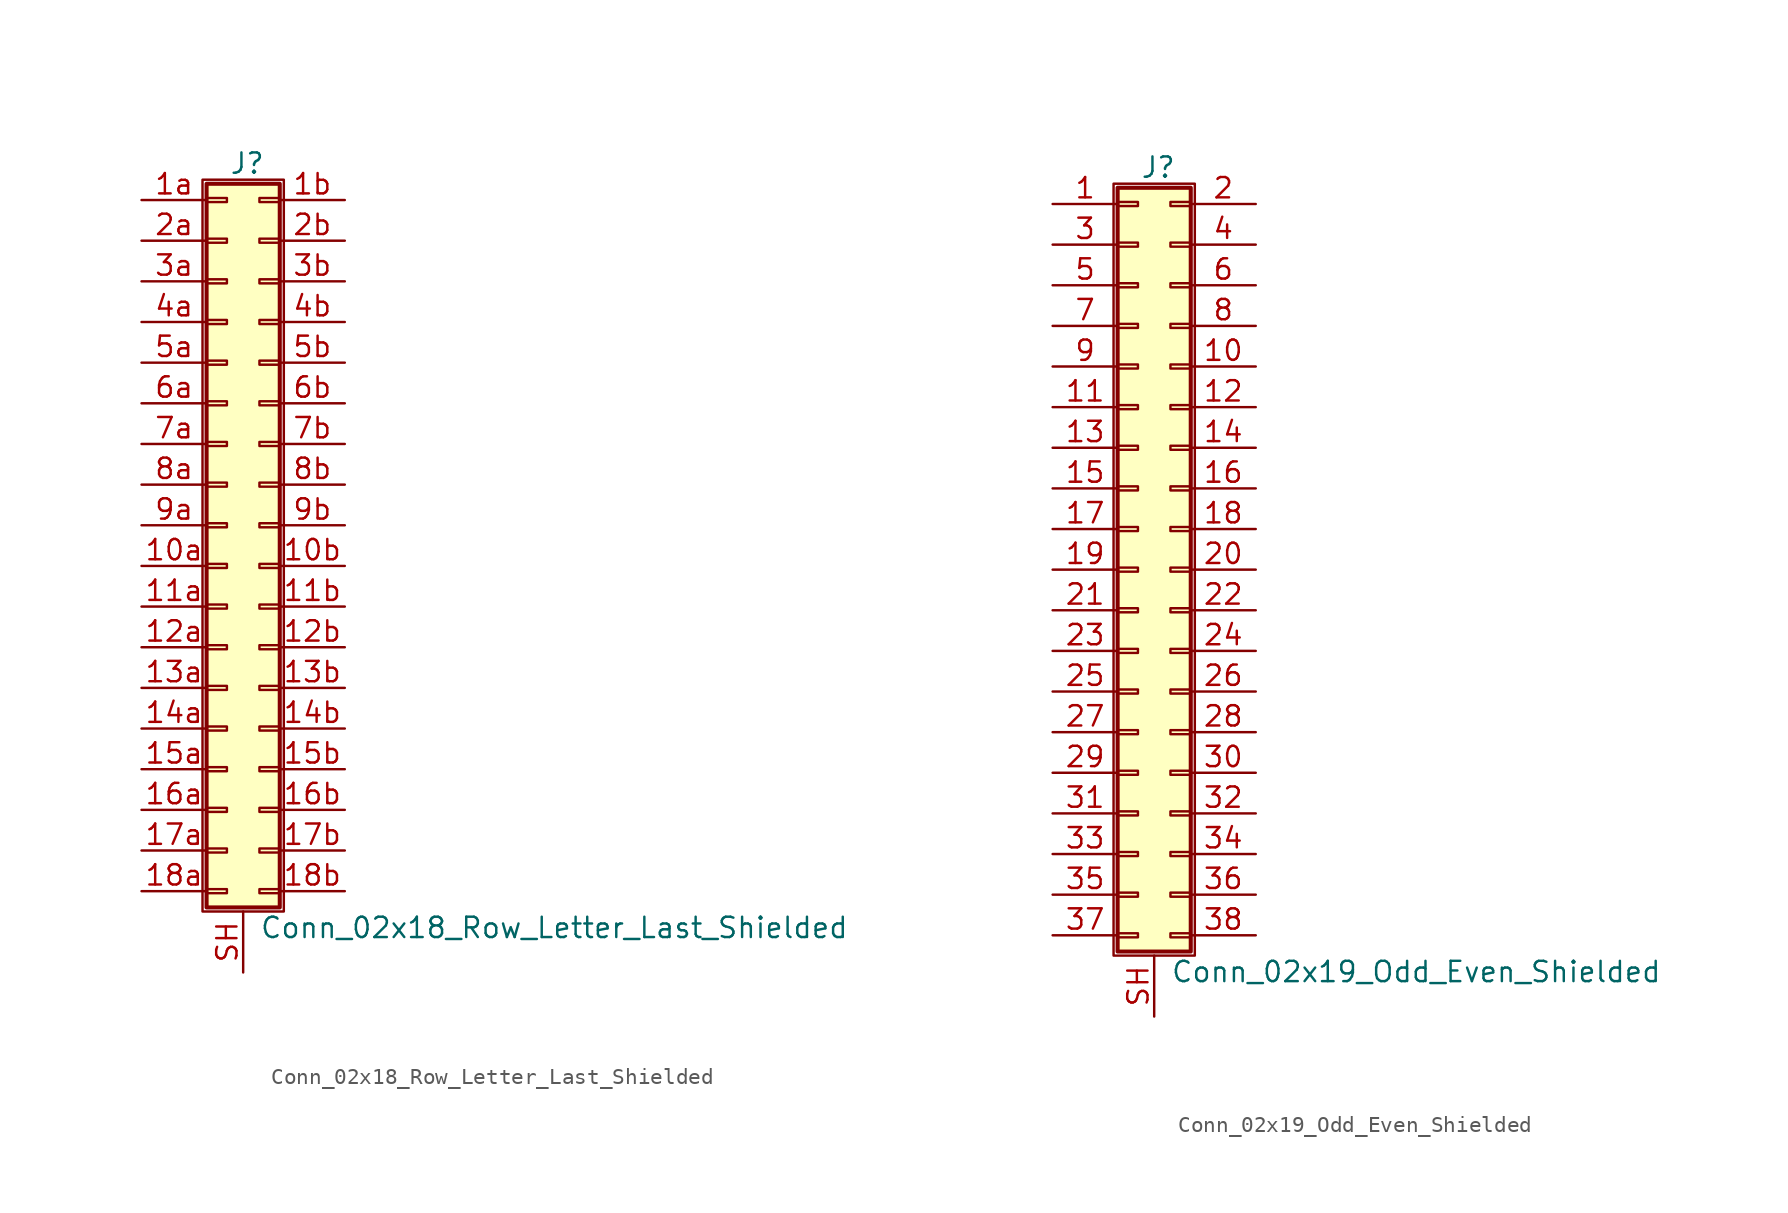
<source format=kicad_sym>
(kicad_symbol_lib
  (version 20201005)
  (generator kicad_symbol_editor)
  (symbol "Connector_Generic_Shielded:Conn_02x18_Row_Letter_Last_Shielded"
    (pin_names
      (offset 1.016) hide)
    (property "Reference" "J"
      (at 1.524 22.606 0)
      (effects (font (size 1.27 1.27))))
    (property "Value" "Conn_02x18_Row_Letter_Last_Shielded"
      (at 2.286 -25.146 0)
      (effects (font (size 1.27 1.27)) (justify left)))
    (symbol "Conn_02x18_Row_Letter_Last_Shielded_1_1"
      (rectangle (start -1.016 -4.953) (end 0.254 -5.207) (stroke (width 0.152)) (fill (type none)))
      (rectangle (start -1.016 -7.493) (end 0.254 -7.747) (stroke (width 0.152)) (fill (type none)))
      (rectangle (start -1.016 -10.033) (end 0.254 -10.287) (stroke (width 0.152)) (fill (type none)))
      (rectangle (start -1.016 -12.573) (end 0.254 -12.827) (stroke (width 0.152)) (fill (type none)))
      (rectangle (start -1.016 -15.113) (end 0.254 -15.367) (stroke (width 0.152)) (fill (type none)))
      (rectangle (start -1.016 -17.653) (end 0.254 -17.907) (stroke (width 0.152)) (fill (type none)))
      (rectangle (start -1.016 -20.193) (end 0.254 -20.447) (stroke (width 0.152)) (fill (type none)))
      (rectangle (start -1.016 -22.733) (end 0.254 -22.987) (stroke (width 0.152)) (fill (type none)))
      (rectangle (start -1.016 -2.413) (end 0.254 -2.667) (stroke (width 0.152)) (fill (type none)))
      (rectangle (start -1.016 2.667) (end 0.254 2.413) (stroke (width 0.152)) (fill (type none)))
      (rectangle (start -1.016 5.207) (end 0.254 4.953) (stroke (width 0.152)) (fill (type none)))
      (rectangle (start -1.016 7.747) (end 0.254 7.493) (stroke (width 0.152)) (fill (type none)))
      (rectangle (start -1.016 10.287) (end 0.254 10.033) (stroke (width 0.152)) (fill (type none)))
      (rectangle (start -1.016 0.127) (end 0.254 -0.127) (stroke (width 0.152)) (fill (type none)))
      (rectangle (start -1.016 12.827) (end 0.254 12.573) (stroke (width 0.152)) (fill (type none)))
      (rectangle (start -1.016 15.367) (end 0.254 15.113) (stroke (width 0.152)) (fill (type none)))
      (rectangle (start -1.016 17.907) (end 0.254 17.653) (stroke (width 0.152)) (fill (type none)))
      (rectangle (start -1.016 20.447) (end 0.254 20.193) (stroke (width 0.152)) (fill (type none)))
      (rectangle (start -1.016 21.336) (end 3.556 -23.876) (stroke (width 0.254)) (fill (type background)))
      (rectangle (start -1.27 21.59) (end 3.81 -24.13) (stroke (width 0.152)) (fill (type none)))
      (rectangle (start 3.556 -4.953) (end 2.286 -5.207) (stroke (width 0.152)) (fill (type none)))
      (rectangle (start 3.556 -7.493) (end 2.286 -7.747) (stroke (width 0.152)) (fill (type none)))
      (rectangle (start 3.556 -10.033) (end 2.286 -10.287) (stroke (width 0.152)) (fill (type none)))
      (rectangle (start 3.556 -12.573) (end 2.286 -12.827) (stroke (width 0.152)) (fill (type none)))
      (rectangle (start 3.556 -15.113) (end 2.286 -15.367) (stroke (width 0.152)) (fill (type none)))
      (rectangle (start 3.556 -17.653) (end 2.286 -17.907) (stroke (width 0.152)) (fill (type none)))
      (rectangle (start 3.556 -20.193) (end 2.286 -20.447) (stroke (width 0.152)) (fill (type none)))
      (rectangle (start 3.556 -22.733) (end 2.286 -22.987) (stroke (width 0.152)) (fill (type none)))
      (rectangle (start 3.556 -2.413) (end 2.286 -2.667) (stroke (width 0.152)) (fill (type none)))
      (rectangle (start 3.556 2.667) (end 2.286 2.413) (stroke (width 0.152)) (fill (type none)))
      (rectangle (start 3.556 5.207) (end 2.286 4.953) (stroke (width 0.152)) (fill (type none)))
      (rectangle (start 3.556 7.747) (end 2.286 7.493) (stroke (width 0.152)) (fill (type none)))
      (rectangle (start 3.556 10.287) (end 2.286 10.033) (stroke (width 0.152)) (fill (type none)))
      (rectangle (start 3.556 0.127) (end 2.286 -0.127) (stroke (width 0.152)) (fill (type none)))
      (rectangle (start 3.556 12.827) (end 2.286 12.573) (stroke (width 0.152)) (fill (type none)))
      (rectangle (start 3.556 15.367) (end 2.286 15.113) (stroke (width 0.152)) (fill (type none)))
      (rectangle (start 3.556 17.907) (end 2.286 17.653) (stroke (width 0.152)) (fill (type none)))
      (rectangle (start 3.556 20.447) (end 2.286 20.193) (stroke (width 0.152)) (fill (type none)))
      (pin passive line (at -5.08 -2.54 0) (length 4.064) (name "Pin_10a" (effects (font (size 1.27 1.27)))) (number "10a" (effects (font (size 1.27 1.27)))))
      (pin passive line (at 7.62 -2.54 180) (length 4.064) (name "Pin_10b" (effects (font (size 1.27 1.27)))) (number "10b" (effects (font (size 1.27 1.27)))))
      (pin passive line (at -5.08 -5.08 0) (length 4.064) (name "Pin_11a" (effects (font (size 1.27 1.27)))) (number "11a" (effects (font (size 1.27 1.27)))))
      (pin passive line (at 7.62 -5.08 180) (length 4.064) (name "Pin_11b" (effects (font (size 1.27 1.27)))) (number "11b" (effects (font (size 1.27 1.27)))))
      (pin passive line (at -5.08 -7.62 0) (length 4.064) (name "Pin_12a" (effects (font (size 1.27 1.27)))) (number "12a" (effects (font (size 1.27 1.27)))))
      (pin passive line (at 7.62 -7.62 180) (length 4.064) (name "Pin_12b" (effects (font (size 1.27 1.27)))) (number "12b" (effects (font (size 1.27 1.27)))))
      (pin passive line (at -5.08 -10.16 0) (length 4.064) (name "Pin_13a" (effects (font (size 1.27 1.27)))) (number "13a" (effects (font (size 1.27 1.27)))))
      (pin passive line (at 7.62 -10.16 180) (length 4.064) (name "Pin_13b" (effects (font (size 1.27 1.27)))) (number "13b" (effects (font (size 1.27 1.27)))))
      (pin passive line (at -5.08 -12.7 0) (length 4.064) (name "Pin_14a" (effects (font (size 1.27 1.27)))) (number "14a" (effects (font (size 1.27 1.27)))))
      (pin passive line (at 7.62 -12.7 180) (length 4.064) (name "Pin_14b" (effects (font (size 1.27 1.27)))) (number "14b" (effects (font (size 1.27 1.27)))))
      (pin passive line (at -5.08 -15.24 0) (length 4.064) (name "Pin_15a" (effects (font (size 1.27 1.27)))) (number "15a" (effects (font (size 1.27 1.27)))))
      (pin passive line (at 7.62 -15.24 180) (length 4.064) (name "Pin_15b" (effects (font (size 1.27 1.27)))) (number "15b" (effects (font (size 1.27 1.27)))))
      (pin passive line (at -5.08 -17.78 0) (length 4.064) (name "Pin_16a" (effects (font (size 1.27 1.27)))) (number "16a" (effects (font (size 1.27 1.27)))))
      (pin passive line (at 7.62 -17.78 180) (length 4.064) (name "Pin_16b" (effects (font (size 1.27 1.27)))) (number "16b" (effects (font (size 1.27 1.27)))))
      (pin passive line (at -5.08 -20.32 0) (length 4.064) (name "Pin_17a" (effects (font (size 1.27 1.27)))) (number "17a" (effects (font (size 1.27 1.27)))))
      (pin passive line (at 7.62 -20.32 180) (length 4.064) (name "Pin_17b" (effects (font (size 1.27 1.27)))) (number "17b" (effects (font (size 1.27 1.27)))))
      (pin passive line (at -5.08 -22.86 0) (length 4.064) (name "Pin_18a" (effects (font (size 1.27 1.27)))) (number "18a" (effects (font (size 1.27 1.27)))))
      (pin passive line (at 7.62 -22.86 180) (length 4.064) (name "Pin_18b" (effects (font (size 1.27 1.27)))) (number "18b" (effects (font (size 1.27 1.27)))))
      (pin passive line (at -5.08 20.32 0) (length 4.064) (name "Pin_1a" (effects (font (size 1.27 1.27)))) (number "1a" (effects (font (size 1.27 1.27)))))
      (pin passive line (at 7.62 20.32 180) (length 4.064) (name "Pin_1b" (effects (font (size 1.27 1.27)))) (number "1b" (effects (font (size 1.27 1.27)))))
      (pin passive line (at -5.08 17.78 0) (length 4.064) (name "Pin_2a" (effects (font (size 1.27 1.27)))) (number "2a" (effects (font (size 1.27 1.27)))))
      (pin passive line (at 7.62 17.78 180) (length 4.064) (name "Pin_2b" (effects (font (size 1.27 1.27)))) (number "2b" (effects (font (size 1.27 1.27)))))
      (pin passive line (at -5.08 15.24 0) (length 4.064) (name "Pin_3a" (effects (font (size 1.27 1.27)))) (number "3a" (effects (font (size 1.27 1.27)))))
      (pin passive line (at 7.62 15.24 180) (length 4.064) (name "Pin_3b" (effects (font (size 1.27 1.27)))) (number "3b" (effects (font (size 1.27 1.27)))))
      (pin passive line (at -5.08 12.7 0) (length 4.064) (name "Pin_4a" (effects (font (size 1.27 1.27)))) (number "4a" (effects (font (size 1.27 1.27)))))
      (pin passive line (at 7.62 12.7 180) (length 4.064) (name "Pin_4b" (effects (font (size 1.27 1.27)))) (number "4b" (effects (font (size 1.27 1.27)))))
      (pin passive line (at -5.08 10.16 0) (length 4.064) (name "Pin_5a" (effects (font (size 1.27 1.27)))) (number "5a" (effects (font (size 1.27 1.27)))))
      (pin passive line (at 7.62 10.16 180) (length 4.064) (name "Pin_5b" (effects (font (size 1.27 1.27)))) (number "5b" (effects (font (size 1.27 1.27)))))
      (pin passive line (at -5.08 7.62 0) (length 4.064) (name "Pin_6a" (effects (font (size 1.27 1.27)))) (number "6a" (effects (font (size 1.27 1.27)))))
      (pin passive line (at 7.62 7.62 180) (length 4.064) (name "Pin_6b" (effects (font (size 1.27 1.27)))) (number "6b" (effects (font (size 1.27 1.27)))))
      (pin passive line (at -5.08 5.08 0) (length 4.064) (name "Pin_7a" (effects (font (size 1.27 1.27)))) (number "7a" (effects (font (size 1.27 1.27)))))
      (pin passive line (at 7.62 5.08 180) (length 4.064) (name "Pin_7b" (effects (font (size 1.27 1.27)))) (number "7b" (effects (font (size 1.27 1.27)))))
      (pin passive line (at -5.08 2.54 0) (length 4.064) (name "Pin_8a" (effects (font (size 1.27 1.27)))) (number "8a" (effects (font (size 1.27 1.27)))))
      (pin passive line (at 7.62 2.54 180) (length 4.064) (name "Pin_8b" (effects (font (size 1.27 1.27)))) (number "8b" (effects (font (size 1.27 1.27)))))
      (pin passive line (at -5.08 0 0) (length 4.064) (name "Pin_9a" (effects (font (size 1.27 1.27)))) (number "9a" (effects (font (size 1.27 1.27)))))
      (pin passive line (at 7.62 0 180) (length 4.064) (name "Pin_9b" (effects (font (size 1.27 1.27)))) (number "9b" (effects (font (size 1.27 1.27)))))
      (pin passive line (at 1.27 -27.94 90) (length 3.81) (name "Shield" (effects (font (size 1.27 1.27)))) (number "SH" (effects (font (size 1.27 1.27)))))))
  (symbol "Connector_Generic_Shielded:Conn_02x19_Odd_Even_Shielded"
    (pin_names
      (offset 1.016) hide)
    (property "Reference" "J"
      (at 1.524 25.146 0)
      (effects (font (size 1.27 1.27))))
    (property "Value" "Conn_02x19_Odd_Even_Shielded"
      (at 2.286 -25.146 0)
      (effects (font (size 1.27 1.27)) (justify left)))
    (symbol "Conn_02x19_Odd_Even_Shielded_1_1"
      (rectangle (start -1.016 -4.953) (end 0.254 -5.207) (stroke (width 0.152)) (fill (type none)))
      (rectangle (start -1.016 -7.493) (end 0.254 -7.747) (stroke (width 0.152)) (fill (type none)))
      (rectangle (start -1.016 -10.033) (end 0.254 -10.287) (stroke (width 0.152)) (fill (type none)))
      (rectangle (start -1.016 -12.573) (end 0.254 -12.827) (stroke (width 0.152)) (fill (type none)))
      (rectangle (start -1.016 -15.113) (end 0.254 -15.367) (stroke (width 0.152)) (fill (type none)))
      (rectangle (start -1.016 -17.653) (end 0.254 -17.907) (stroke (width 0.152)) (fill (type none)))
      (rectangle (start -1.016 -20.193) (end 0.254 -20.447) (stroke (width 0.152)) (fill (type none)))
      (rectangle (start -1.016 -22.733) (end 0.254 -22.987) (stroke (width 0.152)) (fill (type none)))
      (rectangle (start -1.016 -2.413) (end 0.254 -2.667) (stroke (width 0.152)) (fill (type none)))
      (rectangle (start -1.016 2.667) (end 0.254 2.413) (stroke (width 0.152)) (fill (type none)))
      (rectangle (start -1.016 5.207) (end 0.254 4.953) (stroke (width 0.152)) (fill (type none)))
      (rectangle (start -1.016 7.747) (end 0.254 7.493) (stroke (width 0.152)) (fill (type none)))
      (rectangle (start -1.016 10.287) (end 0.254 10.033) (stroke (width 0.152)) (fill (type none)))
      (rectangle (start -1.016 0.127) (end 0.254 -0.127) (stroke (width 0.152)) (fill (type none)))
      (rectangle (start -1.016 12.827) (end 0.254 12.573) (stroke (width 0.152)) (fill (type none)))
      (rectangle (start -1.016 15.367) (end 0.254 15.113) (stroke (width 0.152)) (fill (type none)))
      (rectangle (start -1.016 17.907) (end 0.254 17.653) (stroke (width 0.152)) (fill (type none)))
      (rectangle (start -1.016 20.447) (end 0.254 20.193) (stroke (width 0.152)) (fill (type none)))
      (rectangle (start -1.016 22.987) (end 0.254 22.733) (stroke (width 0.152)) (fill (type none)))
      (rectangle (start -1.016 23.876) (end 3.556 -23.876) (stroke (width 0.254)) (fill (type background)))
      (rectangle (start -1.27 24.13) (end 3.81 -24.13) (stroke (width 0.152)) (fill (type none)))
      (rectangle (start 3.556 -4.953) (end 2.286 -5.207) (stroke (width 0.152)) (fill (type none)))
      (rectangle (start 3.556 -7.493) (end 2.286 -7.747) (stroke (width 0.152)) (fill (type none)))
      (rectangle (start 3.556 -10.033) (end 2.286 -10.287) (stroke (width 0.152)) (fill (type none)))
      (rectangle (start 3.556 -12.573) (end 2.286 -12.827) (stroke (width 0.152)) (fill (type none)))
      (rectangle (start 3.556 -15.113) (end 2.286 -15.367) (stroke (width 0.152)) (fill (type none)))
      (rectangle (start 3.556 -17.653) (end 2.286 -17.907) (stroke (width 0.152)) (fill (type none)))
      (rectangle (start 3.556 -20.193) (end 2.286 -20.447) (stroke (width 0.152)) (fill (type none)))
      (rectangle (start 3.556 -22.733) (end 2.286 -22.987) (stroke (width 0.152)) (fill (type none)))
      (rectangle (start 3.556 -2.413) (end 2.286 -2.667) (stroke (width 0.152)) (fill (type none)))
      (rectangle (start 3.556 2.667) (end 2.286 2.413) (stroke (width 0.152)) (fill (type none)))
      (rectangle (start 3.556 5.207) (end 2.286 4.953) (stroke (width 0.152)) (fill (type none)))
      (rectangle (start 3.556 7.747) (end 2.286 7.493) (stroke (width 0.152)) (fill (type none)))
      (rectangle (start 3.556 10.287) (end 2.286 10.033) (stroke (width 0.152)) (fill (type none)))
      (rectangle (start 3.556 0.127) (end 2.286 -0.127) (stroke (width 0.152)) (fill (type none)))
      (rectangle (start 3.556 12.827) (end 2.286 12.573) (stroke (width 0.152)) (fill (type none)))
      (rectangle (start 3.556 15.367) (end 2.286 15.113) (stroke (width 0.152)) (fill (type none)))
      (rectangle (start 3.556 17.907) (end 2.286 17.653) (stroke (width 0.152)) (fill (type none)))
      (rectangle (start 3.556 20.447) (end 2.286 20.193) (stroke (width 0.152)) (fill (type none)))
      (rectangle (start 3.556 22.987) (end 2.286 22.733) (stroke (width 0.152)) (fill (type none)))
      (pin passive line (at -5.08 22.86 0) (length 4.064) (name "Pin_1" (effects (font (size 1.27 1.27)))) (number "1" (effects (font (size 1.27 1.27)))))
      (pin passive line (at 7.62 12.7 180) (length 4.064) (name "Pin_10" (effects (font (size 1.27 1.27)))) (number "10" (effects (font (size 1.27 1.27)))))
      (pin passive line (at -5.08 10.16 0) (length 4.064) (name "Pin_11" (effects (font (size 1.27 1.27)))) (number "11" (effects (font (size 1.27 1.27)))))
      (pin passive line (at 7.62 10.16 180) (length 4.064) (name "Pin_12" (effects (font (size 1.27 1.27)))) (number "12" (effects (font (size 1.27 1.27)))))
      (pin passive line (at -5.08 7.62 0) (length 4.064) (name "Pin_13" (effects (font (size 1.27 1.27)))) (number "13" (effects (font (size 1.27 1.27)))))
      (pin passive line (at 7.62 7.62 180) (length 4.064) (name "Pin_14" (effects (font (size 1.27 1.27)))) (number "14" (effects (font (size 1.27 1.27)))))
      (pin passive line (at -5.08 5.08 0) (length 4.064) (name "Pin_15" (effects (font (size 1.27 1.27)))) (number "15" (effects (font (size 1.27 1.27)))))
      (pin passive line (at 7.62 5.08 180) (length 4.064) (name "Pin_16" (effects (font (size 1.27 1.27)))) (number "16" (effects (font (size 1.27 1.27)))))
      (pin passive line (at -5.08 2.54 0) (length 4.064) (name "Pin_17" (effects (font (size 1.27 1.27)))) (number "17" (effects (font (size 1.27 1.27)))))
      (pin passive line (at 7.62 2.54 180) (length 4.064) (name "Pin_18" (effects (font (size 1.27 1.27)))) (number "18" (effects (font (size 1.27 1.27)))))
      (pin passive line (at -5.08 0 0) (length 4.064) (name "Pin_19" (effects (font (size 1.27 1.27)))) (number "19" (effects (font (size 1.27 1.27)))))
      (pin passive line (at 7.62 22.86 180) (length 4.064) (name "Pin_2" (effects (font (size 1.27 1.27)))) (number "2" (effects (font (size 1.27 1.27)))))
      (pin passive line (at 7.62 0 180) (length 4.064) (name "Pin_20" (effects (font (size 1.27 1.27)))) (number "20" (effects (font (size 1.27 1.27)))))
      (pin passive line (at -5.08 -2.54 0) (length 4.064) (name "Pin_21" (effects (font (size 1.27 1.27)))) (number "21" (effects (font (size 1.27 1.27)))))
      (pin passive line (at 7.62 -2.54 180) (length 4.064) (name "Pin_22" (effects (font (size 1.27 1.27)))) (number "22" (effects (font (size 1.27 1.27)))))
      (pin passive line (at -5.08 -5.08 0) (length 4.064) (name "Pin_23" (effects (font (size 1.27 1.27)))) (number "23" (effects (font (size 1.27 1.27)))))
      (pin passive line (at 7.62 -5.08 180) (length 4.064) (name "Pin_24" (effects (font (size 1.27 1.27)))) (number "24" (effects (font (size 1.27 1.27)))))
      (pin passive line (at -5.08 -7.62 0) (length 4.064) (name "Pin_25" (effects (font (size 1.27 1.27)))) (number "25" (effects (font (size 1.27 1.27)))))
      (pin passive line (at 7.62 -7.62 180) (length 4.064) (name "Pin_26" (effects (font (size 1.27 1.27)))) (number "26" (effects (font (size 1.27 1.27)))))
      (pin passive line (at -5.08 -10.16 0) (length 4.064) (name "Pin_27" (effects (font (size 1.27 1.27)))) (number "27" (effects (font (size 1.27 1.27)))))
      (pin passive line (at 7.62 -10.16 180) (length 4.064) (name "Pin_28" (effects (font (size 1.27 1.27)))) (number "28" (effects (font (size 1.27 1.27)))))
      (pin passive line (at -5.08 -12.7 0) (length 4.064) (name "Pin_29" (effects (font (size 1.27 1.27)))) (number "29" (effects (font (size 1.27 1.27)))))
      (pin passive line (at -5.08 20.32 0) (length 4.064) (name "Pin_3" (effects (font (size 1.27 1.27)))) (number "3" (effects (font (size 1.27 1.27)))))
      (pin passive line (at 7.62 -12.7 180) (length 4.064) (name "Pin_30" (effects (font (size 1.27 1.27)))) (number "30" (effects (font (size 1.27 1.27)))))
      (pin passive line (at -5.08 -15.24 0) (length 4.064) (name "Pin_31" (effects (font (size 1.27 1.27)))) (number "31" (effects (font (size 1.27 1.27)))))
      (pin passive line (at 7.62 -15.24 180) (length 4.064) (name "Pin_32" (effects (font (size 1.27 1.27)))) (number "32" (effects (font (size 1.27 1.27)))))
      (pin passive line (at -5.08 -17.78 0) (length 4.064) (name "Pin_33" (effects (font (size 1.27 1.27)))) (number "33" (effects (font (size 1.27 1.27)))))
      (pin passive line (at 7.62 -17.78 180) (length 4.064) (name "Pin_34" (effects (font (size 1.27 1.27)))) (number "34" (effects (font (size 1.27 1.27)))))
      (pin passive line (at -5.08 -20.32 0) (length 4.064) (name "Pin_35" (effects (font (size 1.27 1.27)))) (number "35" (effects (font (size 1.27 1.27)))))
      (pin passive line (at 7.62 -20.32 180) (length 4.064) (name "Pin_36" (effects (font (size 1.27 1.27)))) (number "36" (effects (font (size 1.27 1.27)))))
      (pin passive line (at -5.08 -22.86 0) (length 4.064) (name "Pin_37" (effects (font (size 1.27 1.27)))) (number "37" (effects (font (size 1.27 1.27)))))
      (pin passive line (at 7.62 -22.86 180) (length 4.064) (name "Pin_38" (effects (font (size 1.27 1.27)))) (number "38" (effects (font (size 1.27 1.27)))))
      (pin passive line (at 7.62 20.32 180) (length 4.064) (name "Pin_4" (effects (font (size 1.27 1.27)))) (number "4" (effects (font (size 1.27 1.27)))))
      (pin passive line (at -5.08 17.78 0) (length 4.064) (name "Pin_5" (effects (font (size 1.27 1.27)))) (number "5" (effects (font (size 1.27 1.27)))))
      (pin passive line (at 7.62 17.78 180) (length 4.064) (name "Pin_6" (effects (font (size 1.27 1.27)))) (number "6" (effects (font (size 1.27 1.27)))))
      (pin passive line (at -5.08 15.24 0) (length 4.064) (name "Pin_7" (effects (font (size 1.27 1.27)))) (number "7" (effects (font (size 1.27 1.27)))))
      (pin passive line (at 7.62 15.24 180) (length 4.064) (name "Pin_8" (effects (font (size 1.27 1.27)))) (number "8" (effects (font (size 1.27 1.27)))))
      (pin passive line (at -5.08 12.7 0) (length 4.064) (name "Pin_9" (effects (font (size 1.27 1.27)))) (number "9" (effects (font (size 1.27 1.27)))))
      (pin passive line (at 1.27 -27.94 90) (length 3.81) (name "Shield" (effects (font (size 1.27 1.27)))) (number "SH" (effects (font (size 1.27 1.27))))))))
</source>
